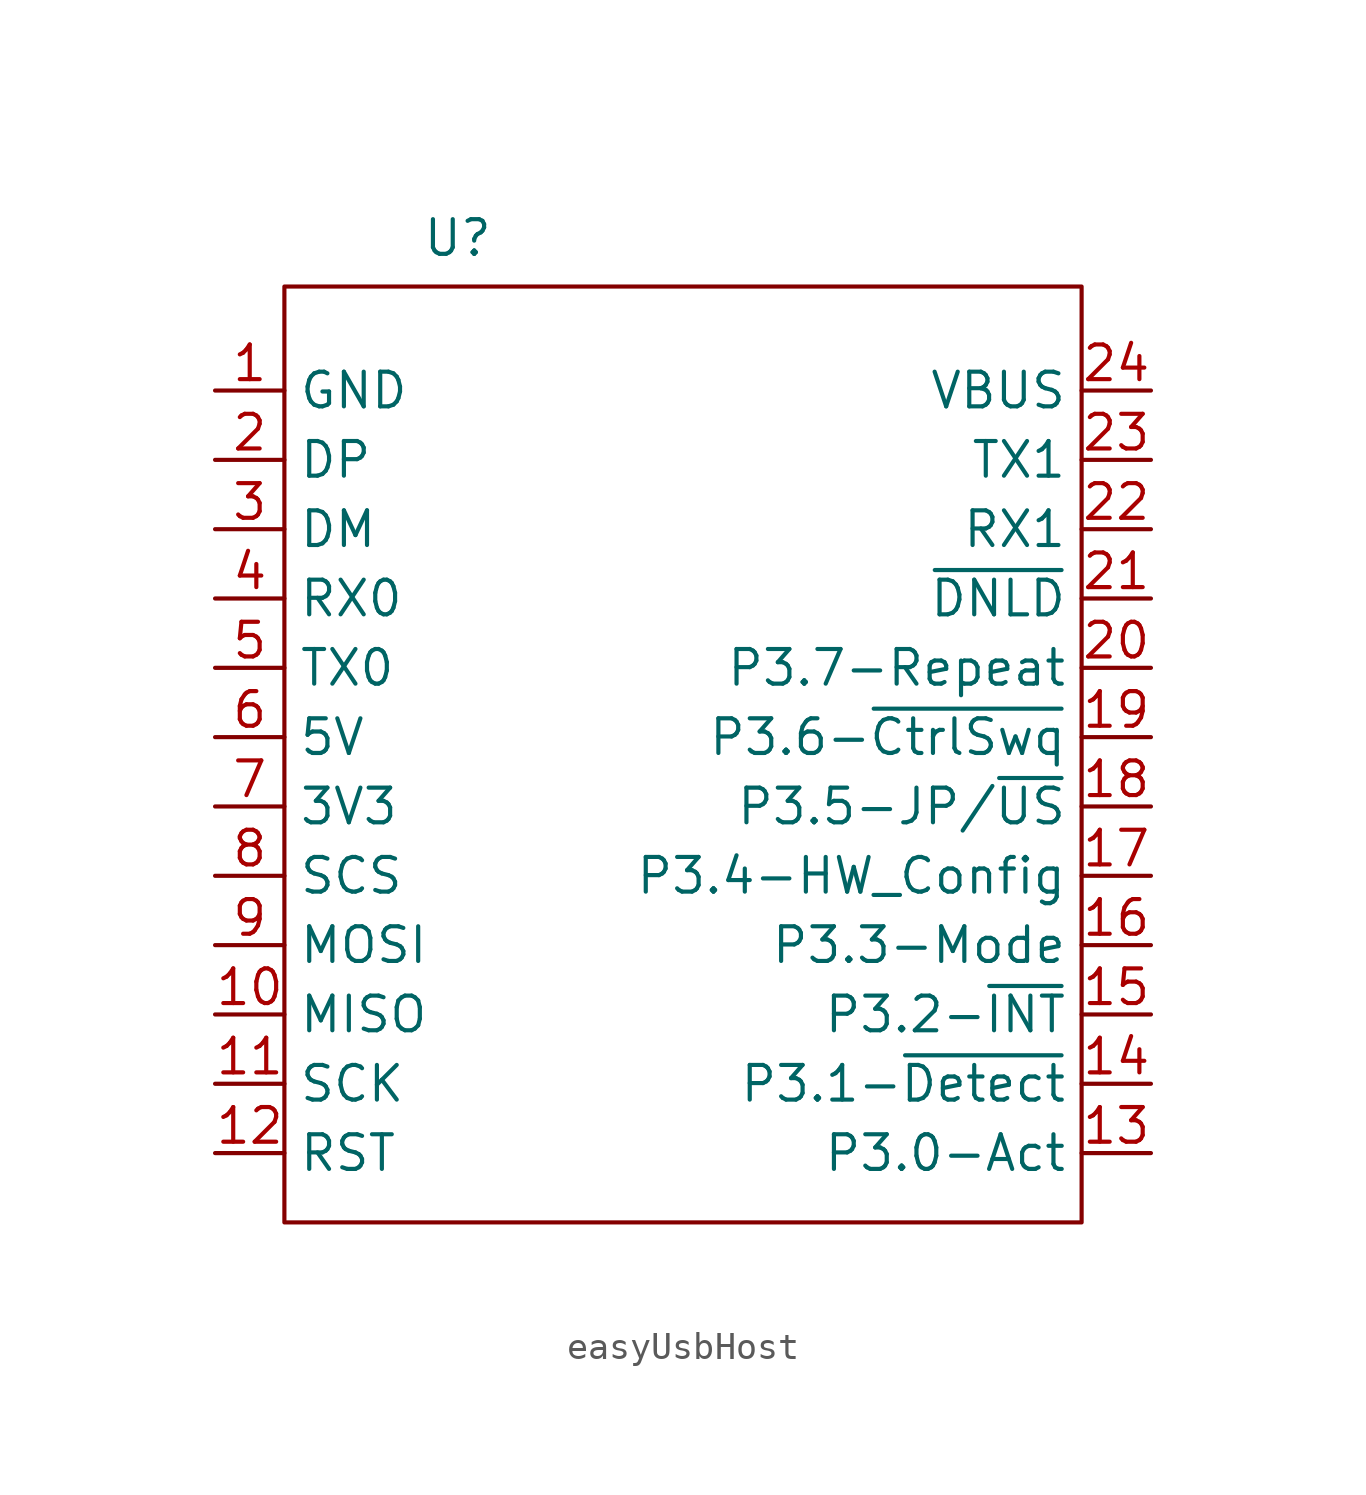
<source format=kicad_sym>
(kicad_symbol_lib
  (version 20241209)
  (generator "kicad_symbol_editor")
  (generator_version "9.0")
  (symbol "easyUsbHost"
    (property "Reference" "U"
      (at -8.89 17.018 0)
      (effects (font (size 1.27 1.27))))
    (property "Value" ""
      (at 0 0 0)
      (effects (font (size 1.27 1.27))))
    (symbol "easyUsbHost_0_1"
      (rectangle (start -15.24 15.24) (end 13.97 -19.05) (stroke (width 0) (type default)) (fill (type none))))
    (symbol "easyUsbHost_1_1"
      (pin power_in line (at -17.78 11.43 0) (length 2.54) (name "GND" (effects (font (size 1.27 1.27)))) (number "1" (effects (font (size 1.27 1.27)))))
      (pin bidirectional line (at -17.78 8.89 0) (length 2.54) (name "DP" (effects (font (size 1.27 1.27)))) (number "2" (effects (font (size 1.27 1.27)))))
      (pin bidirectional line (at -17.78 6.35 0) (length 2.54) (name "DM" (effects (font (size 1.27 1.27)))) (number "3" (effects (font (size 1.27 1.27)))))
      (pin input line (at -17.78 3.81 0) (length 2.54) (name "RX0" (effects (font (size 1.27 1.27)))) (number "4" (effects (font (size 1.27 1.27)))))
      (pin output line (at -17.78 1.27 0) (length 2.54) (name "TX0" (effects (font (size 1.27 1.27)))) (number "5" (effects (font (size 1.27 1.27)))))
      (pin power_in line (at -17.78 -1.27 0) (length 2.54) (name "5V" (effects (font (size 1.27 1.27)))) (number "6" (effects (font (size 1.27 1.27)))))
      (pin power_out line (at -17.78 -3.81 0) (length 2.54) (name "3V3" (effects (font (size 1.27 1.27)))) (number "7" (effects (font (size 1.27 1.27)))))
      (pin input line (at -17.78 -6.35 0) (length 2.54) (name "SCS" (effects (font (size 1.27 1.27)))) (number "8" (effects (font (size 1.27 1.27)))))
      (pin input line (at -17.78 -8.89 0) (length 2.54) (name "MOSI" (effects (font (size 1.27 1.27)))) (number "9" (effects (font (size 1.27 1.27)))))
      (pin passive line (at -17.78 -11.43 0) (length 2.54) (name "MISO" (effects (font (size 1.27 1.27)))) (number "10" (effects (font (size 1.27 1.27)))))
      (pin input line (at -17.78 -13.97 0) (length 2.54) (name "SCK" (effects (font (size 1.27 1.27)))) (number "11" (effects (font (size 1.27 1.27)))))
      (pin input line (at -17.78 -16.51 0) (length 2.54) (name "RST" (effects (font (size 1.27 1.27)))) (number "12" (effects (font (size 1.27 1.27)))))
      (pin power_in line (at 16.51 11.43 180) (length 2.54) (name "VBUS" (effects (font (size 1.27 1.27)))) (number "24" (effects (font (size 1.27 1.27)))))
      (pin output line (at 16.51 8.89 180) (length 2.54) (name "TX1" (effects (font (size 1.27 1.27)))) (number "23" (effects (font (size 1.27 1.27)))))
      (pin input line (at 16.51 6.35 180) (length 2.54) (name "RX1" (effects (font (size 1.27 1.27)))) (number "22" (effects (font (size 1.27 1.27)))))
      (pin input line (at 16.51 3.81 180) (length 2.54) (name "~{DNLD}" (effects (font (size 1.27 1.27)))) (number "21" (effects (font (size 1.27 1.27)))))
      (pin input line (at 16.51 1.27 180) (length 2.54) (name "P3.7-Repeat" (effects (font (size 1.27 1.27)))) (number "20" (effects (font (size 1.27 1.27)))))
      (pin input line (at 16.51 -1.27 180) (length 2.54) (name "P3.6-~{CtrlSwq}" (effects (font (size 1.27 1.27)))) (number "19" (effects (font (size 1.27 1.27)))))
      (pin input line (at 16.51 -3.81 180) (length 2.54) (name "P3.5-JP/~{US}" (effects (font (size 1.27 1.27)))) (number "18" (effects (font (size 1.27 1.27)))))
      (pin input line (at 16.51 -6.35 180) (length 2.54) (name "P3.4-HW_Config" (effects (font (size 1.27 1.27)))) (number "17" (effects (font (size 1.27 1.27)))))
      (pin input line (at 16.51 -8.89 180) (length 2.54) (name "P3.3-Mode" (effects (font (size 1.27 1.27)))) (number "16" (effects (font (size 1.27 1.27)))))
      (pin output line (at 16.51 -11.43 180) (length 2.54) (name "P3.2-~{INT}" (effects (font (size 1.27 1.27)))) (number "15" (effects (font (size 1.27 1.27)))))
      (pin output line (at 16.51 -13.97 180) (length 2.54) (name "P3.1-~{Detect}" (effects (font (size 1.27 1.27)))) (number "14" (effects (font (size 1.27 1.27)))))
      (pin bidirectional line (at 16.51 -16.51 180) (length 2.54) (name "P3.0-Act" (effects (font (size 1.27 1.27)))) (number "13" (effects (font (size 1.27 1.27))))))))
</source>
